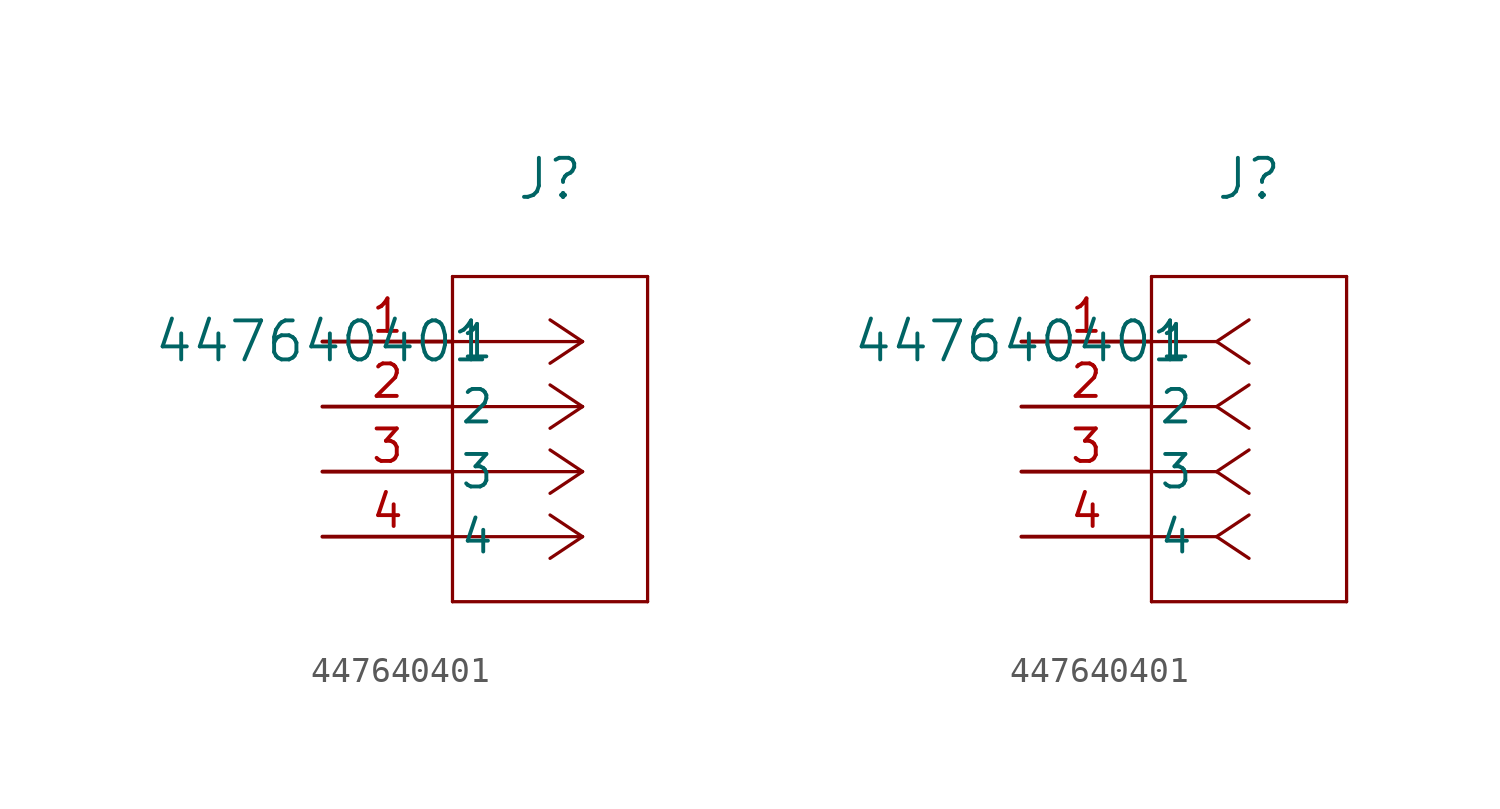
<source format=kicad_sym>
(kicad_symbol_lib
  (version 20211014)
  (generator kicad_symbol_editor)
  (symbol "447640401"
    (pin_names
      (offset 0.254))
    (property "Reference" "J"
      (at 8.89 6.35 0)
      (effects (font (size 1.524 1.524))))
    (property "Value" "447640401"
      (at 0 0 0)
      (effects (font (size 1.524 1.524))))
    (symbol "447640401_1_1"
      (polyline (pts (xy 10.16 0) (xy 5.08 0)) (stroke (width 0.127) (type default) (color 0 0 0 0)) (fill (type none)))
      (polyline (pts (xy 10.16 -2.54) (xy 5.08 -2.54)) (stroke (width 0.127) (type default) (color 0 0 0 0)) (fill (type none)))
      (polyline (pts (xy 10.16 -5.08) (xy 5.08 -5.08)) (stroke (width 0.127) (type default) (color 0 0 0 0)) (fill (type none)))
      (polyline (pts (xy 10.16 -7.62) (xy 5.08 -7.62)) (stroke (width 0.127) (type default) (color 0 0 0 0)) (fill (type none)))
      (polyline (pts (xy 10.16 0) (xy 8.89 0.847)) (stroke (width 0.127) (type default) (color 0 0 0 0)) (fill (type none)))
      (polyline (pts (xy 10.16 -2.54) (xy 8.89 -1.693)) (stroke (width 0.127) (type default) (color 0 0 0 0)) (fill (type none)))
      (polyline (pts (xy 10.16 -5.08) (xy 8.89 -4.233)) (stroke (width 0.127) (type default) (color 0 0 0 0)) (fill (type none)))
      (polyline (pts (xy 10.16 -7.62) (xy 8.89 -6.773)) (stroke (width 0.127) (type default) (color 0 0 0 0)) (fill (type none)))
      (polyline (pts (xy 10.16 0) (xy 8.89 -0.847)) (stroke (width 0.127) (type default) (color 0 0 0 0)) (fill (type none)))
      (polyline (pts (xy 10.16 -2.54) (xy 8.89 -3.387)) (stroke (width 0.127) (type default) (color 0 0 0 0)) (fill (type none)))
      (polyline (pts (xy 10.16 -5.08) (xy 8.89 -5.927)) (stroke (width 0.127) (type default) (color 0 0 0 0)) (fill (type none)))
      (polyline (pts (xy 10.16 -7.62) (xy 8.89 -8.467)) (stroke (width 0.127) (type default) (color 0 0 0 0)) (fill (type none)))
      (polyline (pts (xy 5.08 2.54) (xy 5.08 -10.16)) (stroke (width 0.127) (type default) (color 0 0 0 0)) (fill (type none)))
      (polyline (pts (xy 5.08 -10.16) (xy 12.7 -10.16)) (stroke (width 0.127) (type default) (color 0 0 0 0)) (fill (type none)))
      (polyline (pts (xy 12.7 -10.16) (xy 12.7 2.54)) (stroke (width 0.127) (type default) (color 0 0 0 0)) (fill (type none)))
      (polyline (pts (xy 12.7 2.54) (xy 5.08 2.54)) (stroke (width 0.127) (type default) (color 0 0 0 0)) (fill (type none)))
      (pin unspecified line (at 0 0 0) (length 5.08) (name "1" (effects (font (size 1.27 1.27)))) (number "1" (effects (font (size 1.27 1.27)))))
      (pin unspecified line (at 0 -2.54 0) (length 5.08) (name "2" (effects (font (size 1.27 1.27)))) (number "2" (effects (font (size 1.27 1.27)))))
      (pin unspecified line (at 0 -5.08 0) (length 5.08) (name "3" (effects (font (size 1.27 1.27)))) (number "3" (effects (font (size 1.27 1.27)))))
      (pin unspecified line (at 0 -7.62 0) (length 5.08) (name "4" (effects (font (size 1.27 1.27)))) (number "4" (effects (font (size 1.27 1.27))))))
    (symbol "447640401_1_2"
      (polyline (pts (xy 7.62 0) (xy 5.08 0)) (stroke (width 0.127) (type default) (color 0 0 0 0)) (fill (type none)))
      (polyline (pts (xy 7.62 -2.54) (xy 5.08 -2.54)) (stroke (width 0.127) (type default) (color 0 0 0 0)) (fill (type none)))
      (polyline (pts (xy 7.62 -5.08) (xy 5.08 -5.08)) (stroke (width 0.127) (type default) (color 0 0 0 0)) (fill (type none)))
      (polyline (pts (xy 7.62 -7.62) (xy 5.08 -7.62)) (stroke (width 0.127) (type default) (color 0 0 0 0)) (fill (type none)))
      (polyline (pts (xy 7.62 0) (xy 8.89 0.847)) (stroke (width 0.127) (type default) (color 0 0 0 0)) (fill (type none)))
      (polyline (pts (xy 7.62 -2.54) (xy 8.89 -1.693)) (stroke (width 0.127) (type default) (color 0 0 0 0)) (fill (type none)))
      (polyline (pts (xy 7.62 -5.08) (xy 8.89 -4.233)) (stroke (width 0.127) (type default) (color 0 0 0 0)) (fill (type none)))
      (polyline (pts (xy 7.62 -7.62) (xy 8.89 -6.773)) (stroke (width 0.127) (type default) (color 0 0 0 0)) (fill (type none)))
      (polyline (pts (xy 7.62 0) (xy 8.89 -0.847)) (stroke (width 0.127) (type default) (color 0 0 0 0)) (fill (type none)))
      (polyline (pts (xy 7.62 -2.54) (xy 8.89 -3.387)) (stroke (width 0.127) (type default) (color 0 0 0 0)) (fill (type none)))
      (polyline (pts (xy 7.62 -5.08) (xy 8.89 -5.927)) (stroke (width 0.127) (type default) (color 0 0 0 0)) (fill (type none)))
      (polyline (pts (xy 7.62 -7.62) (xy 8.89 -8.467)) (stroke (width 0.127) (type default) (color 0 0 0 0)) (fill (type none)))
      (polyline (pts (xy 5.08 2.54) (xy 5.08 -10.16)) (stroke (width 0.127) (type default) (color 0 0 0 0)) (fill (type none)))
      (polyline (pts (xy 5.08 -10.16) (xy 12.7 -10.16)) (stroke (width 0.127) (type default) (color 0 0 0 0)) (fill (type none)))
      (polyline (pts (xy 12.7 -10.16) (xy 12.7 2.54)) (stroke (width 0.127) (type default) (color 0 0 0 0)) (fill (type none)))
      (polyline (pts (xy 12.7 2.54) (xy 5.08 2.54)) (stroke (width 0.127) (type default) (color 0 0 0 0)) (fill (type none)))
      (pin unspecified line (at 0 0 0) (length 5.08) (name "1" (effects (font (size 1.27 1.27)))) (number "1" (effects (font (size 1.27 1.27)))))
      (pin unspecified line (at 0 -2.54 0) (length 5.08) (name "2" (effects (font (size 1.27 1.27)))) (number "2" (effects (font (size 1.27 1.27)))))
      (pin unspecified line (at 0 -5.08 0) (length 5.08) (name "3" (effects (font (size 1.27 1.27)))) (number "3" (effects (font (size 1.27 1.27)))))
      (pin unspecified line (at 0 -7.62 0) (length 5.08) (name "4" (effects (font (size 1.27 1.27)))) (number "4" (effects (font (size 1.27 1.27))))))))
</source>
